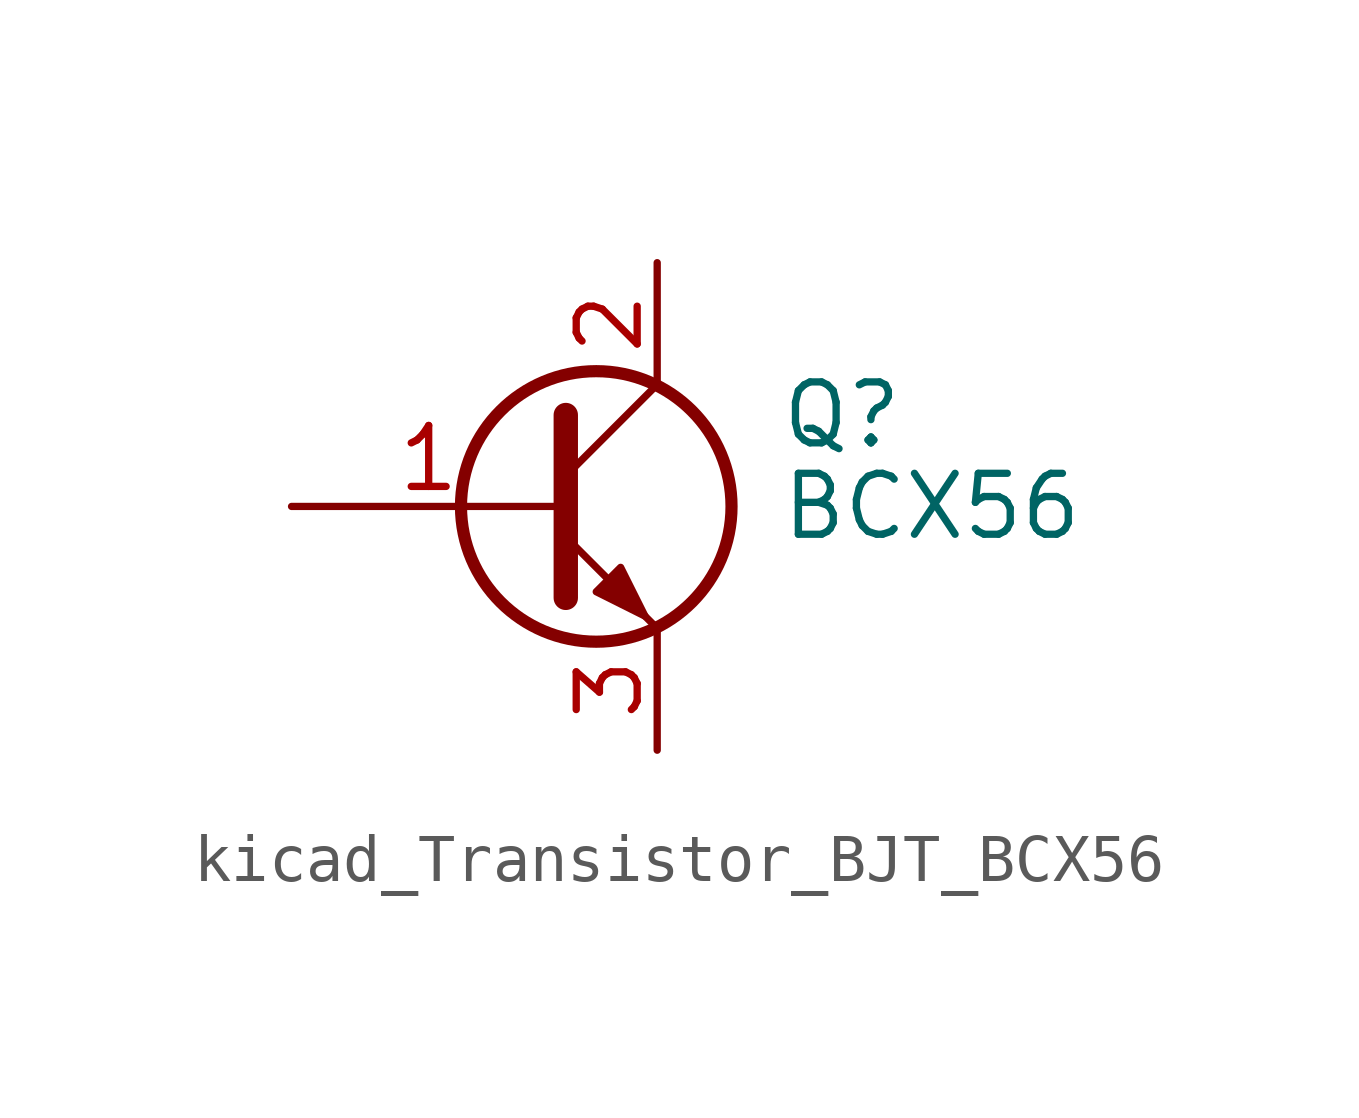
<source format=kicad_sym>
(kicad_symbol_lib
  (version 20220914)
  (generator kicad_symbol_editor)
  (symbol "kicad_Transistor_BJT_BCX56"
    (pin_names
      (offset 0) hide)
    (property "Reference" "Q"
      (at 5.08 1.905 0)
      (effects (font (size 1.27 1.27)) (justify left)))
    (property "Value" "BCX56"
      (at 5.08 0 0)
      (effects (font (size 1.27 1.27)) (justify left)))
    (symbol "kicad_Transistor_BJT_BCX56_0_1"
      (polyline (pts (xy 0.635 0.635) (xy 2.54 2.54)) (stroke (width 0) (type default)) (fill (type none)))
      (polyline (pts (xy 0.635 -0.635) (xy 2.54 -2.54) (xy 2.54 -2.54)) (stroke (width 0) (type default)) (fill (type none)))
      (polyline (pts (xy 0.635 1.905) (xy 0.635 -1.905) (xy 0.635 -1.905)) (stroke (width 0.508) (type default)) (fill (type none)))
      (polyline (pts (xy 1.27 -1.778) (xy 1.778 -1.27) (xy 2.286 -2.286) (xy 1.27 -1.778) (xy 1.27 -1.778)) (stroke (width 0) (type default)) (fill (type outline)))
      (circle (center 1.27 0) (radius 2.819) (stroke (width 0.254) (type default)) (fill (type none))))
    (symbol "kicad_Transistor_BJT_BCX56_1_1"
      (pin input line (at -5.08 0 0) (length 5.715) (name "B" (effects (font (size 1.27 1.27)))) (number "1" (effects (font (size 1.27 1.27)))))
      (pin passive line (at 2.54 5.08 270) (length 2.54) (name "C" (effects (font (size 1.27 1.27)))) (number "2" (effects (font (size 1.27 1.27)))))
      (pin passive line (at 2.54 -5.08 90) (length 2.54) (name "E" (effects (font (size 1.27 1.27)))) (number "3" (effects (font (size 1.27 1.27))))))))
</source>
